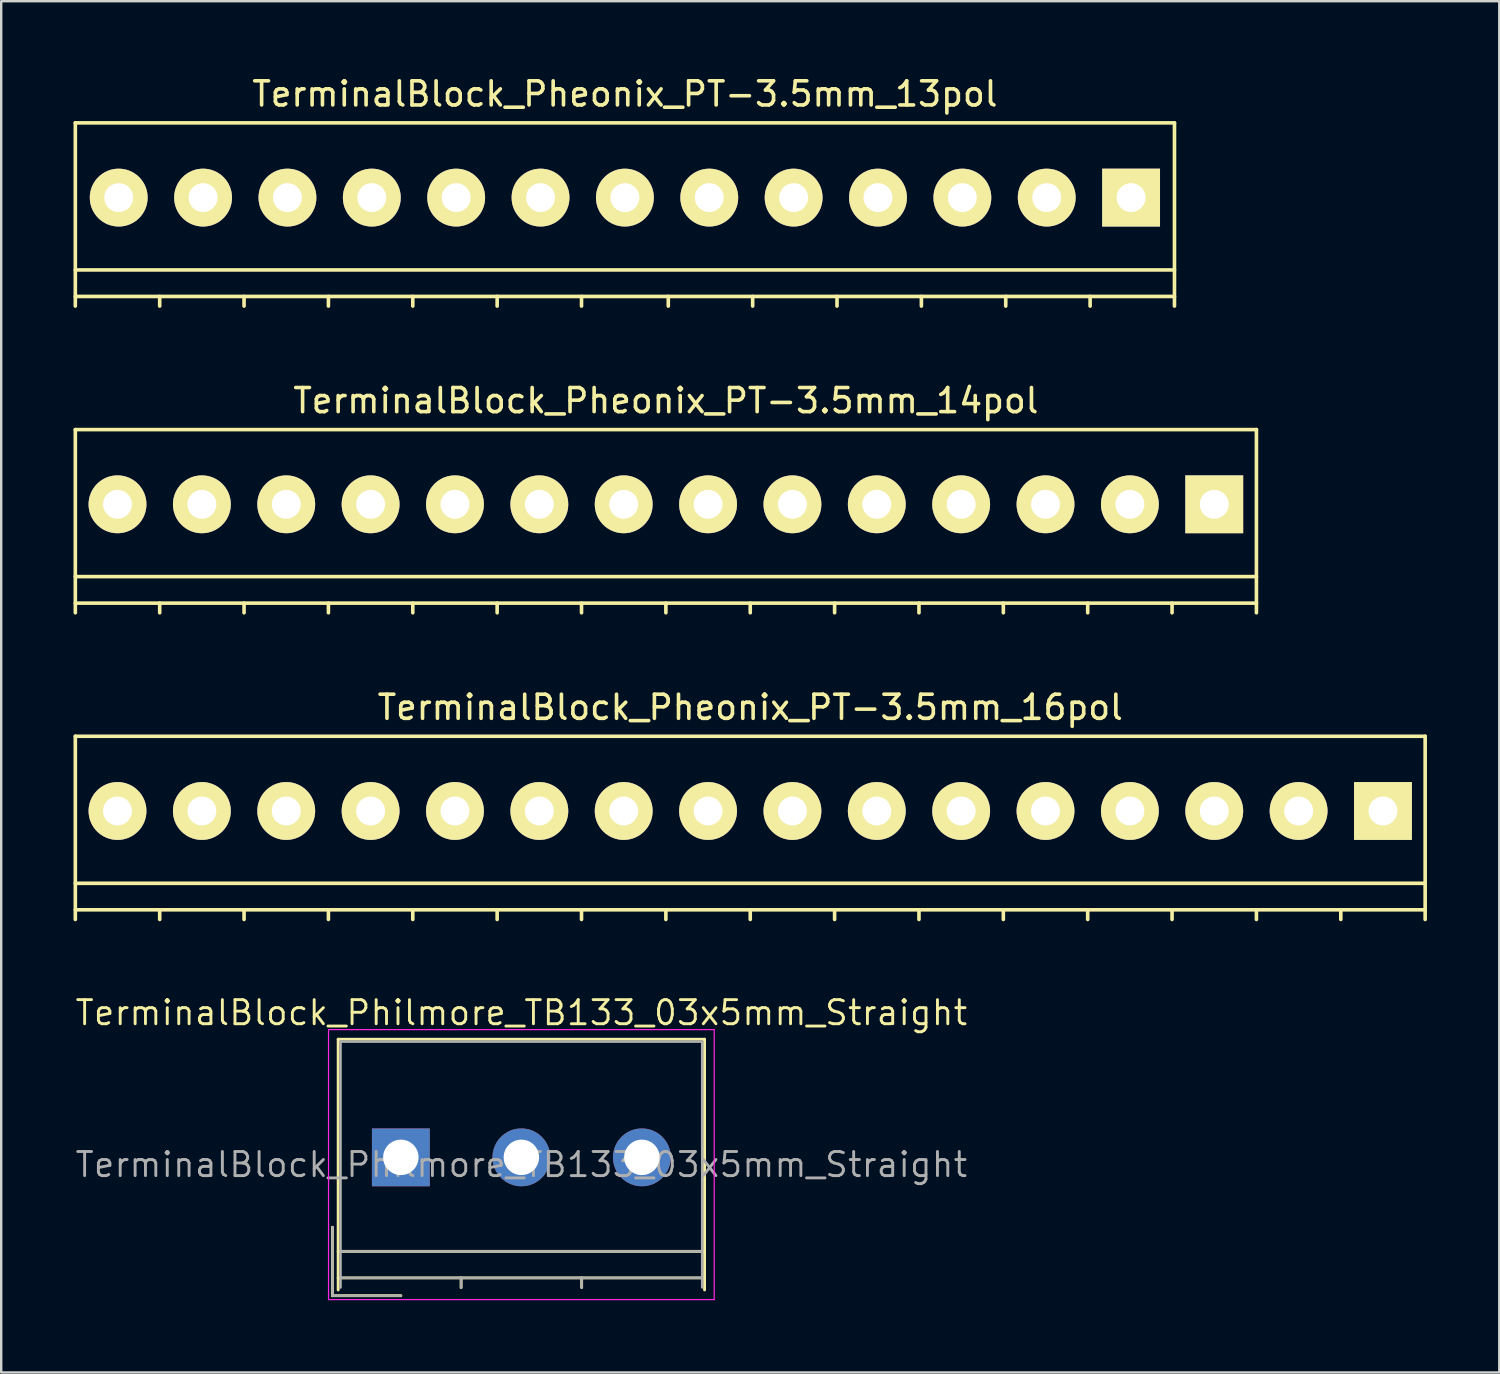
<source format=kicad_pcb>
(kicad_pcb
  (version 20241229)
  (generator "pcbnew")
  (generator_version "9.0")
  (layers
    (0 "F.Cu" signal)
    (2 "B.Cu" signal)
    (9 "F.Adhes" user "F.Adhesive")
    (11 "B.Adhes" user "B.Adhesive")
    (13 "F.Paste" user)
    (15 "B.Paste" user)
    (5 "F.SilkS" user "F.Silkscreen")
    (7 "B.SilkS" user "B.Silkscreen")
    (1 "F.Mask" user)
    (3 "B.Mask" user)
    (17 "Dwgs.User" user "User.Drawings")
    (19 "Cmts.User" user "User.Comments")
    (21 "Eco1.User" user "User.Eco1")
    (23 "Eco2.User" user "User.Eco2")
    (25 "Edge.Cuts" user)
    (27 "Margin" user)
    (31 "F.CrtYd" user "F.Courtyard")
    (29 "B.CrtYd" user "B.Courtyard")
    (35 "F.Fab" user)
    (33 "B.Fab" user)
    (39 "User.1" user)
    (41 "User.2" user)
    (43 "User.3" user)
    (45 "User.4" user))
  (footprint "TerminalBlock_Pheonix_PT-3.5mm_14pol"
    (layer "F.Cu")
    (at 24.575 18.572)
    (property "Reference" "TerminalBlock_Pheonix_PT-3.5mm_14pol" (at 0 -5 0) (layer "F.SilkS") (effects (font (size 1 1) (thickness 0.15))))
    (attr through_hole)
    (fp_line (start -24.5 -3.8) (end -24.5 3.8) (stroke (width 0.15) (type solid)) (layer "F.SilkS"))
    (fp_line (start -24.5 2.3) (end 24.5 2.3) (stroke (width 0.15) (type solid)) (layer "F.SilkS"))
    (fp_line (start -24.5 3.4) (end 24.5 3.4) (stroke (width 0.15) (type solid)) (layer "F.SilkS"))
    (fp_line (start -21 3.4) (end -21 3.8) (stroke (width 0.15) (type solid)) (layer "F.SilkS"))
    (fp_line (start -17.5 3.4) (end -17.5 3.8) (stroke (width 0.15) (type solid)) (layer "F.SilkS"))
    (fp_line (start -14 3.4) (end -14 3.8) (stroke (width 0.15) (type solid)) (layer "F.SilkS"))
    (fp_line (start -10.5 3.4) (end -10.5 3.8) (stroke (width 0.15) (type solid)) (layer "F.SilkS"))
    (fp_line (start -7 3.4) (end -7 3.8) (stroke (width 0.15) (type solid)) (layer "F.SilkS"))
    (fp_line (start -3.5 3.4) (end -3.5 3.8) (stroke (width 0.15) (type solid)) (layer "F.SilkS"))
    (fp_line (start 0 3.4) (end 0 3.8) (stroke (width 0.15) (type solid)) (layer "F.SilkS"))
    (fp_line (start 3.5 3.4) (end 3.5 3.8) (stroke (width 0.15) (type solid)) (layer "F.SilkS"))
    (fp_line (start 7 3.4) (end 7 3.8) (stroke (width 0.15) (type solid)) (layer "F.SilkS"))
    (fp_line (start 10.5 3.4) (end 10.5 3.8) (stroke (width 0.15) (type solid)) (layer "F.SilkS"))
    (fp_line (start 14 3.4) (end 14 3.8) (stroke (width 0.15) (type solid)) (layer "F.SilkS"))
    (fp_line (start 17.5 3.4) (end 17.5 3.8) (stroke (width 0.15) (type solid)) (layer "F.SilkS"))
    (fp_line (start 21 3.4) (end 21 3.8) (stroke (width 0.15) (type solid)) (layer "F.SilkS"))
    (fp_line (start 24.5 -3.8) (end -24.5 -3.8) (stroke (width 0.15) (type solid)) (layer "F.SilkS"))
    (fp_line (start 24.5 3.8) (end 24.5 -3.8) (stroke (width 0.15) (type solid)) (layer "F.SilkS"))
    (pad "1" thru_hole rect (at 22.75 -0.7) (size 2.4 2.4) (drill 1.2) (layers "*.Cu" "*.Mask" "F.SilkS"))
    (pad "2" thru_hole circle (at 19.25 -0.7) (size 2.4 2.4) (drill 1.2) (layers "*.Cu" "*.Mask" "F.SilkS"))
    (pad "3" thru_hole circle (at 15.75 -0.7) (size 2.4 2.4) (drill 1.2) (layers "*.Cu" "*.Mask" "F.SilkS"))
    (pad "4" thru_hole circle (at 12.25 -0.7) (size 2.4 2.4) (drill 1.2) (layers "*.Cu" "*.Mask" "F.SilkS"))
    (pad "5" thru_hole circle (at 8.75 -0.7) (size 2.4 2.4) (drill 1.2) (layers "*.Cu" "*.Mask" "F.SilkS"))
    (pad "6" thru_hole circle (at 5.25 -0.7) (size 2.4 2.4) (drill 1.2) (layers "*.Cu" "*.Mask" "F.SilkS"))
    (pad "7" thru_hole circle (at 1.75 -0.7) (size 2.4 2.4) (drill 1.2) (layers "*.Cu" "*.Mask" "F.SilkS"))
    (pad "8" thru_hole circle (at -1.75 -0.7) (size 2.4 2.4) (drill 1.2) (layers "*.Cu" "*.Mask" "F.SilkS"))
    (pad "9" thru_hole circle (at -5.25 -0.7) (size 2.4 2.4) (drill 1.2) (layers "*.Cu" "*.Mask" "F.SilkS"))
    (pad "10" thru_hole circle (at -8.75 -0.7) (size 2.4 2.4) (drill 1.2) (layers "*.Cu" "*.Mask" "F.SilkS"))
    (pad "11" thru_hole circle (at -12.25 -0.7) (size 2.4 2.4) (drill 1.2) (layers "*.Cu" "*.Mask" "F.SilkS"))
    (pad "12" thru_hole circle (at -15.75 -0.7) (size 2.4 2.4) (drill 1.2) (layers "*.Cu" "*.Mask" "F.SilkS"))
    (pad "13" thru_hole circle (at -19.25 -0.7) (size 2.4 2.4) (drill 1.2) (layers "*.Cu" "*.Mask" "F.SilkS"))
    (pad "14" thru_hole circle (at -22.75 -0.7) (size 2.4 2.4) (drill 1.2) (layers "*.Cu" "*.Mask" "F.SilkS")))
  (footprint "TerminalBlock_Pheonix_PT-3.5mm_16pol"
    (layer "F.Cu")
    (at 28.075 31.295)
    (property "Reference" "TerminalBlock_Pheonix_PT-3.5mm_16pol" (at 0 -5 0) (layer "F.SilkS") (effects (font (size 1 1) (thickness 0.15))))
    (attr through_hole)
    (fp_line (start -28 -3.8) (end -28 3.8) (stroke (width 0.15) (type solid)) (layer "F.SilkS"))
    (fp_line (start -28 2.3) (end 28 2.3) (stroke (width 0.15) (type solid)) (layer "F.SilkS"))
    (fp_line (start -28 3.4) (end 28 3.4) (stroke (width 0.15) (type solid)) (layer "F.SilkS"))
    (fp_line (start -24.5 3.4) (end -24.5 3.8) (stroke (width 0.15) (type solid)) (layer "F.SilkS"))
    (fp_line (start -21 3.4) (end -21 3.8) (stroke (width 0.15) (type solid)) (layer "F.SilkS"))
    (fp_line (start -17.5 3.4) (end -17.5 3.8) (stroke (width 0.15) (type solid)) (layer "F.SilkS"))
    (fp_line (start -14 3.4) (end -14 3.8) (stroke (width 0.15) (type solid)) (layer "F.SilkS"))
    (fp_line (start -10.5 3.4) (end -10.5 3.8) (stroke (width 0.15) (type solid)) (layer "F.SilkS"))
    (fp_line (start -7 3.4) (end -7 3.8) (stroke (width 0.15) (type solid)) (layer "F.SilkS"))
    (fp_line (start -3.5 3.4) (end -3.5 3.8) (stroke (width 0.15) (type solid)) (layer "F.SilkS"))
    (fp_line (start 0 3.4) (end 0 3.8) (stroke (width 0.15) (type solid)) (layer "F.SilkS"))
    (fp_line (start 3.5 3.4) (end 3.5 3.8) (stroke (width 0.15) (type solid)) (layer "F.SilkS"))
    (fp_line (start 7 3.4) (end 7 3.8) (stroke (width 0.15) (type solid)) (layer "F.SilkS"))
    (fp_line (start 10.5 3.4) (end 10.5 3.8) (stroke (width 0.15) (type solid)) (layer "F.SilkS"))
    (fp_line (start 14 3.4) (end 14 3.8) (stroke (width 0.15) (type solid)) (layer "F.SilkS"))
    (fp_line (start 17.5 3.4) (end 17.5 3.8) (stroke (width 0.15) (type solid)) (layer "F.SilkS"))
    (fp_line (start 21 3.4) (end 21 3.8) (stroke (width 0.15) (type solid)) (layer "F.SilkS"))
    (fp_line (start 24.5 3.4) (end 24.5 3.8) (stroke (width 0.15) (type solid)) (layer "F.SilkS"))
    (fp_line (start 28 -3.8) (end -28 -3.8) (stroke (width 0.15) (type solid)) (layer "F.SilkS"))
    (fp_line (start 28 3.8) (end 28 -3.8) (stroke (width 0.15) (type solid)) (layer "F.SilkS"))
    (pad "1" thru_hole rect (at 26.25 -0.7) (size 2.4 2.4) (drill 1.2) (layers "*.Cu" "*.Mask" "F.SilkS"))
    (pad "2" thru_hole circle (at 22.75 -0.7) (size 2.4 2.4) (drill 1.2) (layers "*.Cu" "*.Mask" "F.SilkS"))
    (pad "3" thru_hole circle (at 19.25 -0.7) (size 2.4 2.4) (drill 1.2) (layers "*.Cu" "*.Mask" "F.SilkS"))
    (pad "4" thru_hole circle (at 15.75 -0.7) (size 2.4 2.4) (drill 1.2) (layers "*.Cu" "*.Mask" "F.SilkS"))
    (pad "5" thru_hole circle (at 12.25 -0.7) (size 2.4 2.4) (drill 1.2) (layers "*.Cu" "*.Mask" "F.SilkS"))
    (pad "6" thru_hole circle (at 8.75 -0.7) (size 2.4 2.4) (drill 1.2) (layers "*.Cu" "*.Mask" "F.SilkS"))
    (pad "7" thru_hole circle (at 5.25 -0.7) (size 2.4 2.4) (drill 1.2) (layers "*.Cu" "*.Mask" "F.SilkS"))
    (pad "8" thru_hole circle (at 1.75 -0.7) (size 2.4 2.4) (drill 1.2) (layers "*.Cu" "*.Mask" "F.SilkS"))
    (pad "9" thru_hole circle (at -1.75 -0.7) (size 2.4 2.4) (drill 1.2) (layers "*.Cu" "*.Mask" "F.SilkS"))
    (pad "10" thru_hole circle (at -5.25 -0.7) (size 2.4 2.4) (drill 1.2) (layers "*.Cu" "*.Mask" "F.SilkS"))
    (pad "11" thru_hole circle (at -8.75 -0.7) (size 2.4 2.4) (drill 1.2) (layers "*.Cu" "*.Mask" "F.SilkS"))
    (pad "12" thru_hole circle (at -12.25 -0.7) (size 2.4 2.4) (drill 1.2) (layers "*.Cu" "*.Mask" "F.SilkS"))
    (pad "13" thru_hole circle (at -15.75 -0.7) (size 2.4 2.4) (drill 1.2) (layers "*.Cu" "*.Mask" "F.SilkS"))
    (pad "14" thru_hole circle (at -19.25 -0.7) (size 2.4 2.4) (drill 1.2) (layers "*.Cu" "*.Mask" "F.SilkS"))
    (pad "15" thru_hole circle (at -22.75 -0.7) (size 2.4 2.4) (drill 1.2) (layers "*.Cu" "*.Mask" "F.SilkS"))
    (pad "16" thru_hole circle (at -26.25 -0.7) (size 2.4 2.4) (drill 1.2) (layers "*.Cu" "*.Mask" "F.SilkS")))
  (footprint "TerminalBlock_Philmore_TB133_03x5mm_Straight"
    (layer "F.Cu")
    (at 13.58 44.965)
    (property "Reference" "TerminalBlock_Philmore_TB133_03x5mm_Straight" (at 5 -6 0) (layer "F.SilkS") (effects (font (size 1 1) (thickness 0.12))))
    (attr through_hole)
    (fp_line (start -2.84 2.9) (end -2.84 5.74) (stroke (width 0.12) (type solid)) (layer "F.SilkS"))
    (fp_line (start -2.84 5.74) (end 0 5.74) (stroke (width 0.12) (type solid)) (layer "F.SilkS"))
    (fp_line (start -2.6 -4.9) (end 12.6 -4.9) (stroke (width 0.12) (type solid)) (layer "F.SilkS"))
    (fp_line (start -2.6 3.9) (end 12.6 3.9) (stroke (width 0.12) (type solid)) (layer "F.SilkS"))
    (fp_line (start -2.6 5) (end 12.6 5) (stroke (width 0.12) (type solid)) (layer "F.SilkS"))
    (fp_line (start -2.6 5.5) (end -2.6 -4.9) (stroke (width 0.12) (type solid)) (layer "F.SilkS"))
    (fp_line (start 2.5 5) (end 2.5 5.4) (stroke (width 0.12) (type solid)) (layer "F.SilkS"))
    (fp_line (start 7.5 5) (end 7.5 5.4) (stroke (width 0.12) (type solid)) (layer "F.SilkS"))
    (fp_line (start 12.6 -4.9) (end 12.6 5.5) (stroke (width 0.12) (type solid)) (layer "F.SilkS"))
    (fp_line (start -3 -5.3) (end -3 5.9) (stroke (width 0.05) (type solid)) (layer "F.CrtYd"))
    (fp_line (start -3 5.9) (end 13 5.9) (stroke (width 0.05) (type solid)) (layer "F.CrtYd"))
    (fp_line (start 13 -5.3) (end -3 -5.3) (stroke (width 0.05) (type solid)) (layer "F.CrtYd"))
    (fp_line (start 13 5.9) (end 13 -5.3) (stroke (width 0.05) (type solid)) (layer "F.CrtYd"))
    (fp_line (start -2.84 2.9) (end -2.84 5.74) (stroke (width 0.1) (type solid)) (layer "F.Fab"))
    (fp_line (start -2.84 5.74) (end 0 5.74) (stroke (width 0.1) (type solid)) (layer "F.Fab"))
    (fp_line (start -2.5 -4.8) (end 12.5 -4.8) (stroke (width 0.1) (type solid)) (layer "F.Fab"))
    (fp_line (start -2.5 3.9) (end 12.5 3.9) (stroke (width 0.1) (type solid)) (layer "F.Fab"))
    (fp_line (start -2.5 5) (end 12.5 5) (stroke (width 0.1) (type solid)) (layer "F.Fab"))
    (fp_line (start -2.5 5.4) (end -2.5 -4.8) (stroke (width 0.1) (type solid)) (layer "F.Fab"))
    (fp_line (start 2.5 5) (end 2.5 5.4) (stroke (width 0.1) (type solid)) (layer "F.Fab"))
    (fp_line (start 7.5 5) (end 7.5 5.4) (stroke (width 0.1) (type solid)) (layer "F.Fab"))
    (fp_line (start 12.5 -4.8) (end 12.5 5.4) (stroke (width 0.1) (type solid)) (layer "F.Fab"))
    (fp_text user "${REFERENCE}" (at 5 0.3 0) (layer "F.Fab") (effects (font (size 1 1) (thickness 0.12))))
    (pad "1" thru_hole rect (at 0 0) (size 2.4 2.4) (drill 1.47) (layers "*.Cu" "*.Mask"))
    (pad "2" thru_hole circle (at 5 0) (size 2.4 2.4) (drill 1.47) (layers "*.Cu" "*.Mask"))
    (pad "3" thru_hole circle (at 10 0) (size 2.4 2.4) (drill 1.47) (layers "*.Cu" "*.Mask")))
  (footprint "TerminalBlock_Pheonix_PT-3.5mm_13pol"
    (layer "F.Cu")
    (at 22.875 5.848)
    (property "Reference" "TerminalBlock_Pheonix_PT-3.5mm_13pol" (at 0 -5 0) (layer "F.SilkS") (effects (font (size 1 1) (thickness 0.15))))
    (attr through_hole)
    (fp_line (start -22.8 -3.8) (end -22.8 3.8) (stroke (width 0.15) (type solid)) (layer "F.SilkS"))
    (fp_line (start -22.8 2.3) (end 22.8 2.3) (stroke (width 0.15) (type solid)) (layer "F.SilkS"))
    (fp_line (start -22.8 3.4) (end 22.8 3.4) (stroke (width 0.15) (type solid)) (layer "F.SilkS"))
    (fp_line (start -19.3 3.4) (end -19.3 3.8) (stroke (width 0.15) (type solid)) (layer "F.SilkS"))
    (fp_line (start -15.8 3.4) (end -15.8 3.8) (stroke (width 0.15) (type solid)) (layer "F.SilkS"))
    (fp_line (start -12.3 3.4) (end -12.3 3.8) (stroke (width 0.15) (type solid)) (layer "F.SilkS"))
    (fp_line (start -8.8 3.4) (end -8.8 3.8) (stroke (width 0.15) (type solid)) (layer "F.SilkS"))
    (fp_line (start -5.3 3.4) (end -5.3 3.8) (stroke (width 0.15) (type solid)) (layer "F.SilkS"))
    (fp_line (start -1.8 3.4) (end -1.8 3.8) (stroke (width 0.15) (type solid)) (layer "F.SilkS"))
    (fp_line (start 1.8 3.4) (end 1.8 3.8) (stroke (width 0.15) (type solid)) (layer "F.SilkS"))
    (fp_line (start 5.3 3.4) (end 5.3 3.8) (stroke (width 0.15) (type solid)) (layer "F.SilkS"))
    (fp_line (start 8.8 3.4) (end 8.8 3.8) (stroke (width 0.15) (type solid)) (layer "F.SilkS"))
    (fp_line (start 12.3 3.4) (end 12.3 3.8) (stroke (width 0.15) (type solid)) (layer "F.SilkS"))
    (fp_line (start 15.8 3.4) (end 15.8 3.8) (stroke (width 0.15) (type solid)) (layer "F.SilkS"))
    (fp_line (start 19.3 3.4) (end 19.3 3.8) (stroke (width 0.15) (type solid)) (layer "F.SilkS"))
    (fp_line (start 22.8 -3.8) (end -22.8 -3.8) (stroke (width 0.15) (type solid)) (layer "F.SilkS"))
    (fp_line (start 22.8 3.8) (end 22.8 -3.8) (stroke (width 0.15) (type solid)) (layer "F.SilkS"))
    (pad "1" thru_hole rect (at 21 -0.7) (size 2.4 2.4) (drill 1.2) (layers "*.Cu" "*.Mask" "F.SilkS"))
    (pad "2" thru_hole circle (at 17.5 -0.7) (size 2.4 2.4) (drill 1.2) (layers "*.Cu" "*.Mask" "F.SilkS"))
    (pad "3" thru_hole circle (at 14 -0.7) (size 2.4 2.4) (drill 1.2) (layers "*.Cu" "*.Mask" "F.SilkS"))
    (pad "4" thru_hole circle (at 10.5 -0.7) (size 2.4 2.4) (drill 1.2) (layers "*.Cu" "*.Mask" "F.SilkS"))
    (pad "5" thru_hole circle (at 7 -0.7) (size 2.4 2.4) (drill 1.2) (layers "*.Cu" "*.Mask" "F.SilkS"))
    (pad "6" thru_hole circle (at 3.5 -0.7) (size 2.4 2.4) (drill 1.2) (layers "*.Cu" "*.Mask" "F.SilkS"))
    (pad "7" thru_hole circle (at 0 -0.7) (size 2.4 2.4) (drill 1.2) (layers "*.Cu" "*.Mask" "F.SilkS"))
    (pad "8" thru_hole circle (at -3.5 -0.7) (size 2.4 2.4) (drill 1.2) (layers "*.Cu" "*.Mask" "F.SilkS"))
    (pad "9" thru_hole circle (at -7 -0.7) (size 2.4 2.4) (drill 1.2) (layers "*.Cu" "*.Mask" "F.SilkS"))
    (pad "10" thru_hole circle (at -10.5 -0.7) (size 2.4 2.4) (drill 1.2) (layers "*.Cu" "*.Mask" "F.SilkS"))
    (pad "11" thru_hole circle (at -14 -0.7) (size 2.4 2.4) (drill 1.2) (layers "*.Cu" "*.Mask" "F.SilkS"))
    (pad "12" thru_hole circle (at -17.5 -0.7) (size 2.4 2.4) (drill 1.2) (layers "*.Cu" "*.Mask" "F.SilkS"))
    (pad "13" thru_hole circle (at -21 -0.7) (size 2.4 2.4) (drill 1.2) (layers "*.Cu" "*.Mask" "F.SilkS")))
  (gr_rect
    (start -3 -3)
    (end 59.15 53.89)
    (stroke (width 0.1) (type default))
    (fill no)
    (layer "Edge.Cuts")))
</source>
